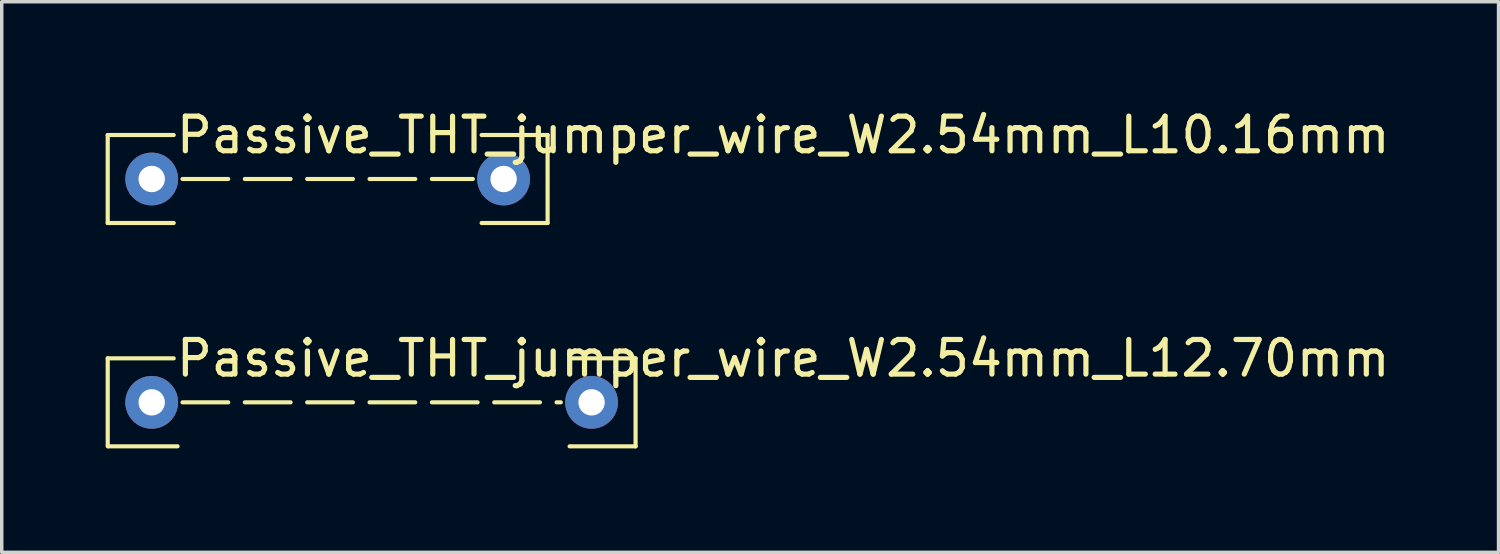
<source format=kicad_pcb>
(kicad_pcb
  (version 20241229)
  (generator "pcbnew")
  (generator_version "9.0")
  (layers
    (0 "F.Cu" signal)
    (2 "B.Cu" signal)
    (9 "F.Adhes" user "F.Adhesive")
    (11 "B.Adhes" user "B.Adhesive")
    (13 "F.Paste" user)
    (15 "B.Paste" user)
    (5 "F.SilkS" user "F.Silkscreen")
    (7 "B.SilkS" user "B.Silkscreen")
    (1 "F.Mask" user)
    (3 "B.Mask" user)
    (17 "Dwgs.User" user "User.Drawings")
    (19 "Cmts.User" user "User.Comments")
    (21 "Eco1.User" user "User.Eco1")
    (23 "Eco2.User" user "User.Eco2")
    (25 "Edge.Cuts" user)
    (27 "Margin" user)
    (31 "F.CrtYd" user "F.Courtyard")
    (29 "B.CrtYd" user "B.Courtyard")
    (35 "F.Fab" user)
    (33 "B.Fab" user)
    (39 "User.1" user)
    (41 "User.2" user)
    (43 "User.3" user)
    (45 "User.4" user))
  (footprint "Passive_THT_jumper_wire_W2.54mm_L10.16mm"
    (layer "F.Cu")
    (at 6.41 2.118)
    (property "Reference" "Passive_THT_jumper_wire_W2.54mm_L10.16mm" (at -4.445 -1.27 0) (layer "F.SilkS") (effects (font (size 1 1) (thickness 0.15)) (justify left)))
    (attr through_hole)
    (fp_line (start -6.35 -1.27) (end -4.445 -1.27) (stroke (width 0.12) (type solid)) (layer "F.SilkS"))
    (fp_line (start -6.35 1.27) (end -6.35 -1.27) (stroke (width 0.12) (type solid)) (layer "F.SilkS"))
    (fp_line (start -4.445 1.27) (end -6.35 1.27) (stroke (width 0.12) (type solid)) (layer "F.SilkS"))
    (fp_line (start -4.191 0) (end 4.191 0) (stroke (width 0.12) (type dash)) (layer "F.SilkS"))
    (fp_line (start 4.445 -1.27) (end 6.35 -1.27) (stroke (width 0.12) (type solid)) (layer "F.SilkS"))
    (fp_line (start 6.35 -1.27) (end 6.35 1.27) (stroke (width 0.12) (type solid)) (layer "F.SilkS"))
    (fp_line (start 6.35 1.27) (end 4.445 1.27) (stroke (width 0.12) (type solid)) (layer "F.SilkS"))
    (pad "1" thru_hole circle (at -5.08 0) (size 1.524 1.524) (drill 0.762) (layers "*.Cu" "*.Mask"))
    (pad "2" thru_hole circle (at 5.08 0) (size 1.524 1.524) (drill 0.762) (layers "*.Cu" "*.Mask")))
  (footprint "Passive_THT_jumper_wire_W2.54mm_L12.70mm"
    (layer "F.Cu")
    (at 7.68 8.566)
    (property "Reference" "Passive_THT_jumper_wire_W2.54mm_L12.70mm" (at -5.715 -1.27 0) (layer "F.SilkS") (effects (font (size 1 1) (thickness 0.15)) (justify left)))
    (attr through_hole)
    (fp_line (start -7.62 -1.27) (end -5.715 -1.27) (stroke (width 0.12) (type solid)) (layer "F.SilkS"))
    (fp_line (start -7.62 1.27) (end -7.62 -1.27) (stroke (width 0.12) (type solid)) (layer "F.SilkS"))
    (fp_line (start -5.604 1.27) (end -7.604 1.27) (stroke (width 0.12) (type solid)) (layer "F.SilkS"))
    (fp_line (start -5.461 0) (end 5.461 0) (stroke (width 0.12) (type dash)) (layer "F.SilkS"))
    (fp_line (start 5.715 -1.27) (end 7.62 -1.27) (stroke (width 0.12) (type solid)) (layer "F.SilkS"))
    (fp_line (start 7.62 -1.27) (end 7.62 1.27) (stroke (width 0.12) (type solid)) (layer "F.SilkS"))
    (fp_line (start 7.62 1.27) (end 5.715 1.27) (stroke (width 0.12) (type solid)) (layer "F.SilkS"))
    (pad "1" thru_hole circle (at -6.35 0) (size 1.524 1.524) (drill 0.762) (layers "*.Cu" "*.Mask"))
    (pad "2" thru_hole circle (at 6.35 0) (size 1.524 1.524) (drill 0.762) (layers "*.Cu" "*.Mask")))
  (gr_rect
    (start -3 -3)
    (end 40.215 12.896)
    (stroke (width 0.1) (type default))
    (fill no)
    (layer "Edge.Cuts")))
</source>
